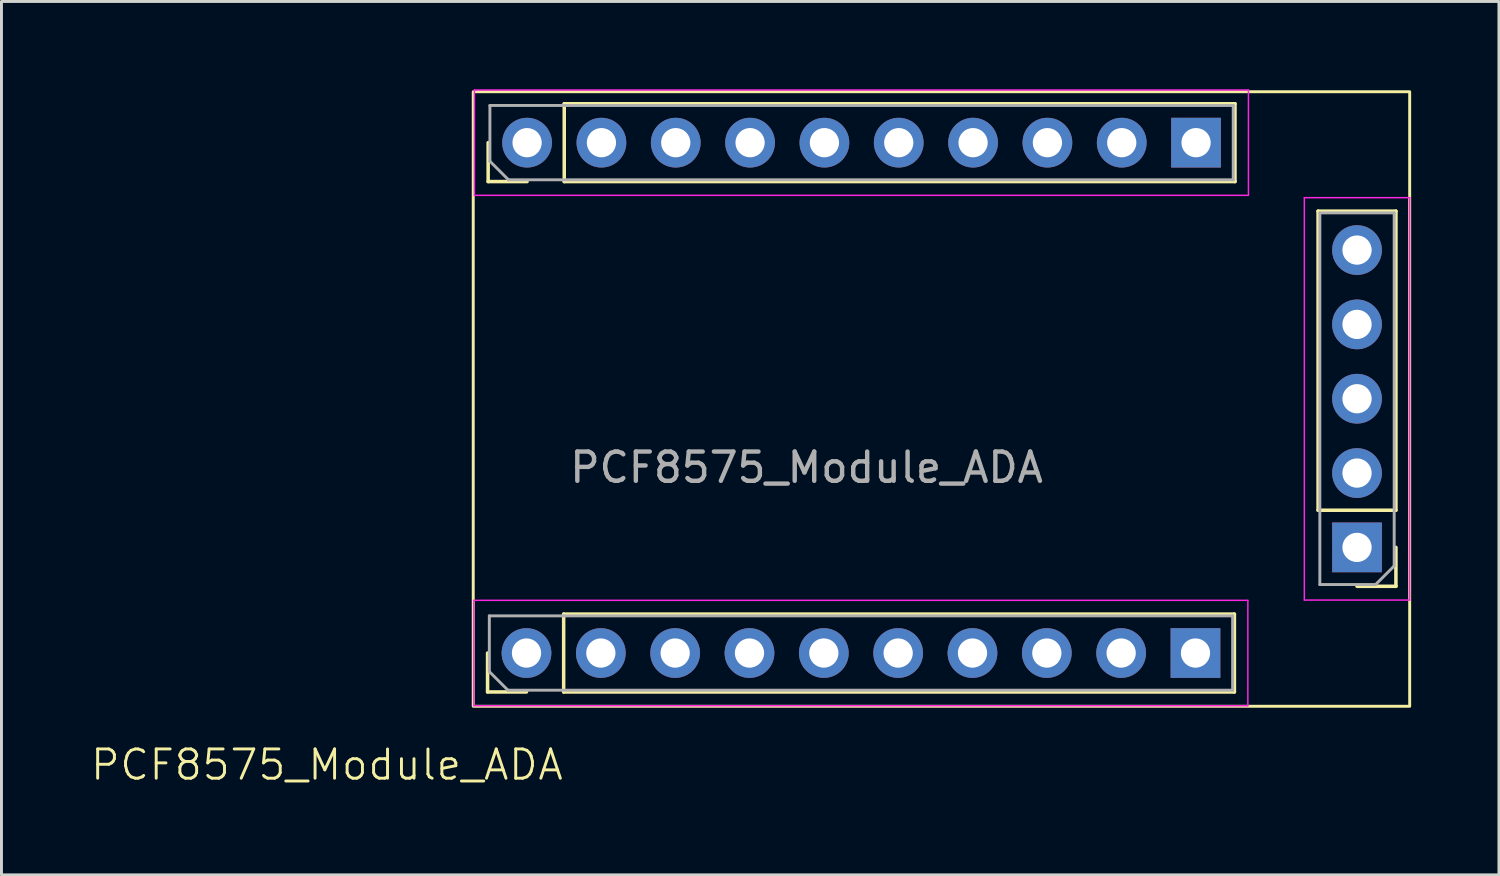
<source format=kicad_pcb>
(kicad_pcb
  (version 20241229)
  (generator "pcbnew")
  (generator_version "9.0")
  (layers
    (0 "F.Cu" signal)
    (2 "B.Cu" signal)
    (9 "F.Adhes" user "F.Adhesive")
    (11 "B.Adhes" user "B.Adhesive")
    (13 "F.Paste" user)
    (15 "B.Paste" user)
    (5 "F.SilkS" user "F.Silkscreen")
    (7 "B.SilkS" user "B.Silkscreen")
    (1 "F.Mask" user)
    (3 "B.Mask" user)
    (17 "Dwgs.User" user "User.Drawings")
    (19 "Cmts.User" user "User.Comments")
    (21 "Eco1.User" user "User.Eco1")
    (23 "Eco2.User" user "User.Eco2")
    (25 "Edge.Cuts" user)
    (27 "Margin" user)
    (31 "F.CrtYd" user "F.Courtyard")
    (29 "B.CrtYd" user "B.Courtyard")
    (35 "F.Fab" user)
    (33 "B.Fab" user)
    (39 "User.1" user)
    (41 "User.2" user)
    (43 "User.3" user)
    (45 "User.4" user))
  (footprint "PCF8575_Module_ADA"
    (layer "F.Cu")
    (at 8.121 23.585)
    (property "Reference" "PCF8575_Module_ADA" (at 0 -0.5 0) (unlocked yes) (layer "F.SilkS") (effects (font (size 1 1) (thickness 0.1))))
    (attr through_hole)
    (fp_line (start 5.49 -2.99) (end 5.49 -4.32) (stroke (width 0.12) (type solid)) (layer "F.SilkS"))
    (fp_line (start 5.51 -20.43) (end 5.51 -21.76) (stroke (width 0.12) (type solid)) (layer "F.SilkS"))
    (fp_line (start 6.82 -2.99) (end 5.49 -2.99) (stroke (width 0.12) (type solid)) (layer "F.SilkS"))
    (fp_line (start 6.84 -20.43) (end 5.51 -20.43) (stroke (width 0.12) (type solid)) (layer "F.SilkS"))
    (fp_line (start 8.09 -5.65) (end 31.01 -5.65) (stroke (width 0.12) (type solid)) (layer "F.SilkS"))
    (fp_line (start 8.09 -2.99) (end 8.09 -5.65) (stroke (width 0.12) (type solid)) (layer "F.SilkS"))
    (fp_line (start 8.09 -2.99) (end 31.01 -2.99) (stroke (width 0.12) (type solid)) (layer "F.SilkS"))
    (fp_line (start 8.11 -23.09) (end 31.03 -23.09) (stroke (width 0.12) (type solid)) (layer "F.SilkS"))
    (fp_line (start 8.11 -20.43) (end 8.11 -23.09) (stroke (width 0.12) (type solid)) (layer "F.SilkS"))
    (fp_line (start 8.11 -20.43) (end 31.03 -20.43) (stroke (width 0.12) (type solid)) (layer "F.SilkS"))
    (fp_line (start 31.01 -2.99) (end 31.01 -5.65) (stroke (width 0.12) (type solid)) (layer "F.SilkS"))
    (fp_line (start 31.03 -20.43) (end 31.03 -23.09) (stroke (width 0.12) (type solid)) (layer "F.SilkS"))
    (fp_line (start 33.87 -9.2) (end 33.87 -19.42) (stroke (width 0.12) (type solid)) (layer "F.SilkS"))
    (fp_line (start 36.53 -19.42) (end 33.87 -19.42) (stroke (width 0.12) (type solid)) (layer "F.SilkS"))
    (fp_line (start 36.53 -9.2) (end 33.87 -9.2) (stroke (width 0.12) (type solid)) (layer "F.SilkS"))
    (fp_line (start 36.53 -9.2) (end 36.53 -19.42) (stroke (width 0.12) (type solid)) (layer "F.SilkS"))
    (fp_line (start 36.53 -7.93) (end 36.53 -6.6) (stroke (width 0.12) (type solid)) (layer "F.SilkS"))
    (fp_line (start 36.53 -6.6) (end 35.2 -6.6) (stroke (width 0.12) (type solid)) (layer "F.SilkS"))
    (fp_rect (start 5 -23.5) (end 37 -2.5) (stroke (width 0.1) (type default)) (fill no) (layer "F.SilkS"))
    (fp_line (start 5.02 -6.12) (end 5.02 -2.52) (stroke (width 0.05) (type solid)) (layer "F.CrtYd"))
    (fp_line (start 5.02 -2.52) (end 31.47 -2.52) (stroke (width 0.05) (type solid)) (layer "F.CrtYd"))
    (fp_line (start 5.04 -23.56) (end 5.04 -19.96) (stroke (width 0.05) (type solid)) (layer "F.CrtYd"))
    (fp_line (start 5.04 -19.96) (end 31.49 -19.96) (stroke (width 0.05) (type solid)) (layer "F.CrtYd"))
    (fp_line (start 31.47 -6.12) (end 5.02 -6.12) (stroke (width 0.05) (type solid)) (layer "F.CrtYd"))
    (fp_line (start 31.47 -2.52) (end 31.47 -6.12) (stroke (width 0.05) (type solid)) (layer "F.CrtYd"))
    (fp_line (start 31.49 -23.56) (end 5.04 -23.56) (stroke (width 0.05) (type solid)) (layer "F.CrtYd"))
    (fp_line (start 31.49 -19.96) (end 31.49 -23.56) (stroke (width 0.05) (type solid)) (layer "F.CrtYd"))
    (fp_line (start 33.4 -19.88) (end 33.4 -6.13) (stroke (width 0.05) (type solid)) (layer "F.CrtYd"))
    (fp_line (start 33.4 -6.13) (end 37 -6.13) (stroke (width 0.05) (type solid)) (layer "F.CrtYd"))
    (fp_line (start 37 -19.88) (end 33.4 -19.88) (stroke (width 0.05) (type solid)) (layer "F.CrtYd"))
    (fp_line (start 37 -6.13) (end 37 -19.88) (stroke (width 0.05) (type solid)) (layer "F.CrtYd"))
    (fp_line (start 5.55 -5.59) (end 30.95 -5.59) (stroke (width 0.1) (type solid)) (layer "F.Fab"))
    (fp_line (start 5.55 -3.685) (end 5.55 -5.59) (stroke (width 0.1) (type solid)) (layer "F.Fab"))
    (fp_line (start 5.57 -23.03) (end 30.97 -23.03) (stroke (width 0.1) (type solid)) (layer "F.Fab"))
    (fp_line (start 5.57 -21.125) (end 5.57 -23.03) (stroke (width 0.1) (type solid)) (layer "F.Fab"))
    (fp_line (start 6.185 -3.05) (end 5.55 -3.685) (stroke (width 0.1) (type solid)) (layer "F.Fab"))
    (fp_line (start 6.205 -20.49) (end 5.57 -21.125) (stroke (width 0.1) (type solid)) (layer "F.Fab"))
    (fp_line (start 30.95 -5.59) (end 30.95 -3.05) (stroke (width 0.1) (type solid)) (layer "F.Fab"))
    (fp_line (start 30.95 -3.05) (end 6.185 -3.05) (stroke (width 0.1) (type solid)) (layer "F.Fab"))
    (fp_line (start 30.97 -23.03) (end 30.97 -20.49) (stroke (width 0.1) (type solid)) (layer "F.Fab"))
    (fp_line (start 30.97 -20.49) (end 6.205 -20.49) (stroke (width 0.1) (type solid)) (layer "F.Fab"))
    (fp_line (start 33.93 -19.36) (end 36.47 -19.36) (stroke (width 0.1) (type solid)) (layer "F.Fab"))
    (fp_line (start 33.93 -6.66) (end 33.93 -19.36) (stroke (width 0.1) (type solid)) (layer "F.Fab"))
    (fp_line (start 35.835 -6.66) (end 33.93 -6.66) (stroke (width 0.1) (type solid)) (layer "F.Fab"))
    (fp_line (start 36.47 -19.36) (end 36.47 -7.295) (stroke (width 0.1) (type solid)) (layer "F.Fab"))
    (fp_line (start 36.47 -7.295) (end 35.835 -6.66) (stroke (width 0.1) (type solid)) (layer "F.Fab"))
    (fp_text user "${REFERENCE}" (at 16.39 -10.66 0) (unlocked yes) (layer "F.Fab") (effects (font (size 1 1) (thickness 0.15))))
    (pad "1" thru_hole rect (at 29.7 -21.76 90) (size 1.7 1.7) (drill 1) (layers "*.Cu" "*.Mask"))
    (pad "2" thru_hole oval (at 27.16 -21.76 90) (size 1.7 1.7) (drill 1) (layers "*.Cu" "*.Mask"))
    (pad "3" thru_hole oval (at 24.62 -21.76 90) (size 1.7 1.7) (drill 1) (layers "*.Cu" "*.Mask"))
    (pad "4" thru_hole oval (at 22.08 -21.76 90) (size 1.7 1.7) (drill 1) (layers "*.Cu" "*.Mask"))
    (pad "5" thru_hole oval (at 19.54 -21.76 90) (size 1.7 1.7) (drill 1) (layers "*.Cu" "*.Mask"))
    (pad "6" thru_hole oval (at 17 -21.76 90) (size 1.7 1.7) (drill 1) (layers "*.Cu" "*.Mask"))
    (pad "7" thru_hole oval (at 14.46 -21.76 90) (size 1.7 1.7) (drill 1) (layers "*.Cu" "*.Mask"))
    (pad "8" thru_hole oval (at 11.92 -21.76 90) (size 1.7 1.7) (drill 1) (layers "*.Cu" "*.Mask"))
    (pad "9" thru_hole oval (at 9.38 -21.76 90) (size 1.7 1.7) (drill 1) (layers "*.Cu" "*.Mask"))
    (pad "10" thru_hole circle (at 6.84 -21.76 90) (size 1.7 1.7) (drill 1) (layers "*.Cu" "*.Mask"))
    (pad "11" thru_hole circle (at 6.82 -4.32 90) (size 1.7 1.7) (drill 1) (layers "*.Cu" "*.Mask"))
    (pad "12" thru_hole oval (at 9.36 -4.32 90) (size 1.7 1.7) (drill 1) (layers "*.Cu" "*.Mask"))
    (pad "13" thru_hole oval (at 11.9 -4.32 90) (size 1.7 1.7) (drill 1) (layers "*.Cu" "*.Mask"))
    (pad "14" thru_hole oval (at 14.44 -4.32 90) (size 1.7 1.7) (drill 1) (layers "*.Cu" "*.Mask"))
    (pad "15" thru_hole oval (at 16.98 -4.32 90) (size 1.7 1.7) (drill 1) (layers "*.Cu" "*.Mask"))
    (pad "16" thru_hole oval (at 19.52 -4.32 90) (size 1.7 1.7) (drill 1) (layers "*.Cu" "*.Mask"))
    (pad "17" thru_hole oval (at 22.06 -4.32 90) (size 1.7 1.7) (drill 1) (layers "*.Cu" "*.Mask"))
    (pad "18" thru_hole oval (at 24.6 -4.32 90) (size 1.7 1.7) (drill 1) (layers "*.Cu" "*.Mask"))
    (pad "19" thru_hole oval (at 27.14 -4.32 90) (size 1.7 1.7) (drill 1) (layers "*.Cu" "*.Mask"))
    (pad "20" thru_hole rect (at 29.68 -4.32 90) (size 1.7 1.7) (drill 1) (layers "*.Cu" "*.Mask"))
    (pad "21" thru_hole rect (at 35.2 -7.93 180) (size 1.7 1.7) (drill 1) (layers "*.Cu" "*.Mask"))
    (pad "22" thru_hole oval (at 35.2 -10.47 180) (size 1.7 1.7) (drill 1) (layers "*.Cu" "*.Mask"))
    (pad "23" thru_hole oval (at 35.2 -13.01 180) (size 1.7 1.7) (drill 1) (layers "*.Cu" "*.Mask"))
    (pad "24" thru_hole oval (at 35.2 -15.55 180) (size 1.7 1.7) (drill 1) (layers "*.Cu" "*.Mask"))
    (pad "25" thru_hole oval (at 35.2 -18.09 180) (size 1.7 1.7) (drill 1) (layers "*.Cu" "*.Mask")))
  (gr_rect
    (start -3 -3)
    (end 48.171 26.846)
    (stroke (width 0.1) (type default))
    (fill no)
    (layer "Edge.Cuts")))
</source>
